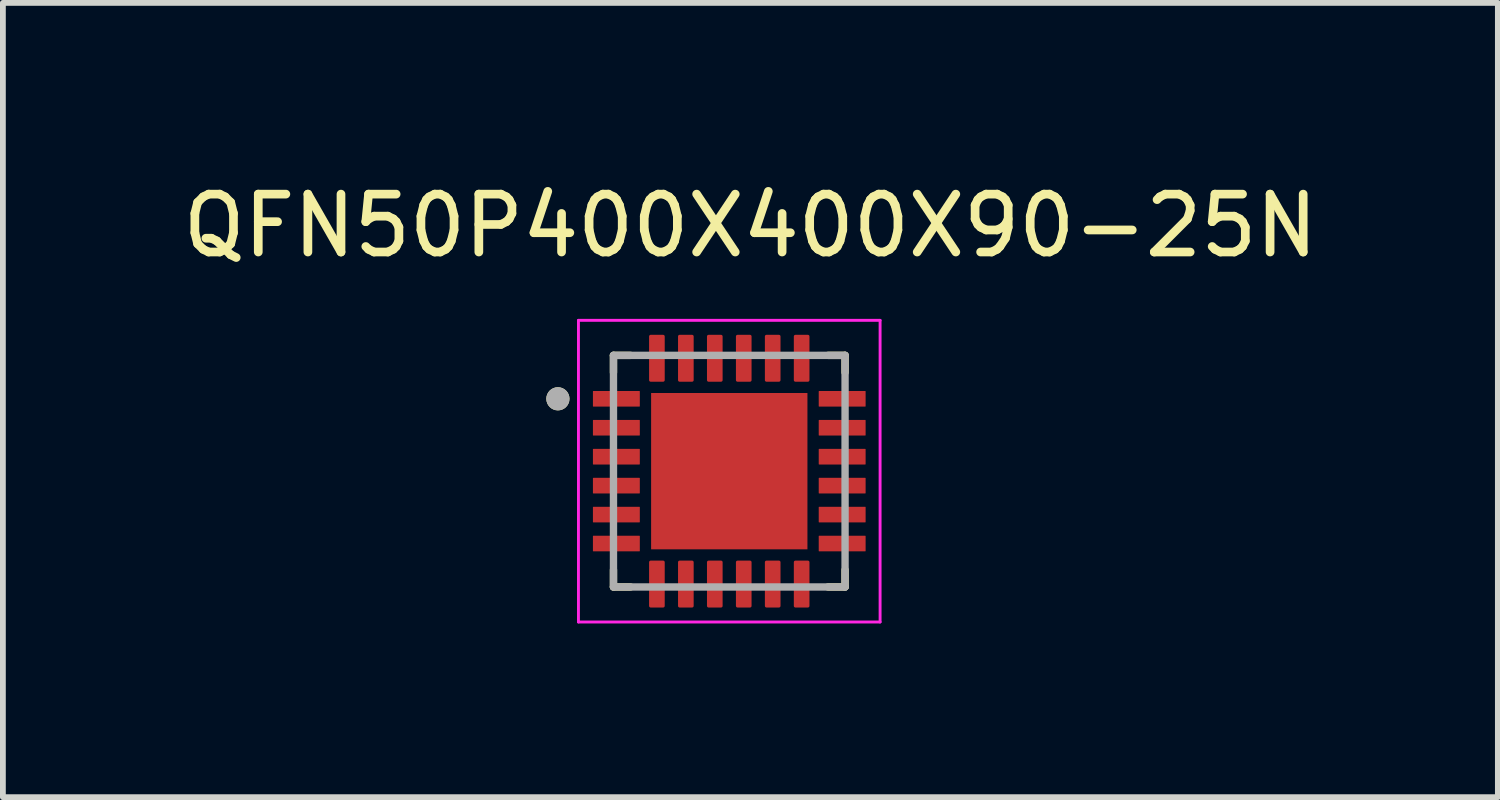
<source format=kicad_pcb>
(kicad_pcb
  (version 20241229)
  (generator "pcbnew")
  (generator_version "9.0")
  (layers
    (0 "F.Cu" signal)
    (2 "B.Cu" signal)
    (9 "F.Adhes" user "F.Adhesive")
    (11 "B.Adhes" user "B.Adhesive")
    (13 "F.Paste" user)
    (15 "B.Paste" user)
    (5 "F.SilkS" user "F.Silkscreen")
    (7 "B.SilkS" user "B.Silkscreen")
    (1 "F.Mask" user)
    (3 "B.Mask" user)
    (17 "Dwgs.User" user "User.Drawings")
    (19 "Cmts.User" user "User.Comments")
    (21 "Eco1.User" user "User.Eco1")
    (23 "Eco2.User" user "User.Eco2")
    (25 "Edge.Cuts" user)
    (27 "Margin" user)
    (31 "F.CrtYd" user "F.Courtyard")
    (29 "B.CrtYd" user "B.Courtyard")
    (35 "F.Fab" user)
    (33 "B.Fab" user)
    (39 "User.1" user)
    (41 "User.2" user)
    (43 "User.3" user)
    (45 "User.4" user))
  (footprint "QFN50P400X400X90-25N"
    (layer "F.Cu")
    (at 9.546 5.088)
    (property "Reference" "QFN50P400X400X90-25N" (at 0.365 -4.24 0) (layer "F.SilkS") (effects (font (size 1 1) (thickness 0.15))))
    (attr smd)
    (fp_line (start -2 -2) (end -2 -1.705) (stroke (width 0.127) (type solid)) (layer "F.SilkS"))
    (fp_line (start -2 -2) (end -1.705 -2) (stroke (width 0.127) (type solid)) (layer "F.SilkS"))
    (fp_line (start -2 2) (end -2 1.705) (stroke (width 0.127) (type solid)) (layer "F.SilkS"))
    (fp_line (start -2 2) (end -1.705 2) (stroke (width 0.127) (type solid)) (layer "F.SilkS"))
    (fp_line (start 2 -2) (end 1.705 -2) (stroke (width 0.127) (type solid)) (layer "F.SilkS"))
    (fp_line (start 2 -2) (end 2 -1.705) (stroke (width 0.127) (type solid)) (layer "F.SilkS"))
    (fp_line (start 2 2) (end 1.705 2) (stroke (width 0.127) (type solid)) (layer "F.SilkS"))
    (fp_line (start 2 2) (end 2 1.705) (stroke (width 0.127) (type solid)) (layer "F.SilkS"))
    (fp_circle (center -2.96 -1.25) (end -2.86 -1.25) (stroke (width 0.2) (type solid)) (fill no) (layer "F.SilkS"))
    (fp_poly (pts (xy -0.85 -0.85) (xy 0.85 -0.85) (xy 0.85 0.85) (xy -0.85 0.85)) (stroke (width 0.01) (type solid)) (fill yes) (layer "F.Paste"))
    (fp_line (start -2.605 -2.605) (end 2.605 -2.605) (stroke (width 0.05) (type solid)) (layer "F.CrtYd"))
    (fp_line (start -2.605 2.605) (end -2.605 -2.605) (stroke (width 0.05) (type solid)) (layer "F.CrtYd"))
    (fp_line (start -2.605 2.605) (end 2.605 2.605) (stroke (width 0.05) (type solid)) (layer "F.CrtYd"))
    (fp_line (start 2.605 2.605) (end 2.605 -2.605) (stroke (width 0.05) (type solid)) (layer "F.CrtYd"))
    (fp_line (start -2 2) (end -2 -2) (stroke (width 0.127) (type solid)) (layer "F.Fab"))
    (fp_line (start 2 -2) (end -2 -2) (stroke (width 0.127) (type solid)) (layer "F.Fab"))
    (fp_line (start 2 2) (end -2 2) (stroke (width 0.127) (type solid)) (layer "F.Fab"))
    (fp_line (start 2 2) (end 2 -2) (stroke (width 0.127) (type solid)) (layer "F.Fab"))
    (fp_circle (center -2.96 -1.25) (end -2.86 -1.25) (stroke (width 0.2) (type solid)) (fill no) (layer "F.Fab"))
    (pad "1" smd roundrect (at -1.95 -1.25) (size 0.81 0.27) (layers "F.Cu" "F.Mask" "F.Paste") (roundrect_rratio 0.03))
    (pad "2" smd roundrect (at -1.95 -0.75) (size 0.81 0.27) (layers "F.Cu" "F.Mask" "F.Paste") (roundrect_rratio 0.03))
    (pad "3" smd roundrect (at -1.95 -0.25) (size 0.81 0.27) (layers "F.Cu" "F.Mask" "F.Paste") (roundrect_rratio 0.03))
    (pad "4" smd roundrect (at -1.95 0.25) (size 0.81 0.27) (layers "F.Cu" "F.Mask" "F.Paste") (roundrect_rratio 0.03))
    (pad "5" smd roundrect (at -1.95 0.75) (size 0.81 0.27) (layers "F.Cu" "F.Mask" "F.Paste") (roundrect_rratio 0.03))
    (pad "6" smd roundrect (at -1.95 1.25) (size 0.81 0.27) (layers "F.Cu" "F.Mask" "F.Paste") (roundrect_rratio 0.03))
    (pad "7" smd roundrect (at -1.25 1.95) (size 0.27 0.81) (layers "F.Cu" "F.Mask" "F.Paste") (roundrect_rratio 0.1))
    (pad "8" smd roundrect (at -0.75 1.95) (size 0.27 0.81) (layers "F.Cu" "F.Mask" "F.Paste") (roundrect_rratio 0.1))
    (pad "9" smd roundrect (at -0.25 1.95) (size 0.27 0.81) (layers "F.Cu" "F.Mask" "F.Paste") (roundrect_rratio 0.1))
    (pad "10" smd roundrect (at 0.25 1.95) (size 0.27 0.81) (layers "F.Cu" "F.Mask" "F.Paste") (roundrect_rratio 0.1))
    (pad "11" smd roundrect (at 0.75 1.95) (size 0.27 0.81) (layers "F.Cu" "F.Mask" "F.Paste") (roundrect_rratio 0.1))
    (pad "12" smd roundrect (at 1.25 1.95) (size 0.27 0.81) (layers "F.Cu" "F.Mask" "F.Paste") (roundrect_rratio 0.1))
    (pad "13" smd roundrect (at 1.95 1.25) (size 0.81 0.27) (layers "F.Cu" "F.Mask" "F.Paste") (roundrect_rratio 0.03))
    (pad "14" smd roundrect (at 1.95 0.75) (size 0.81 0.27) (layers "F.Cu" "F.Mask" "F.Paste") (roundrect_rratio 0.03))
    (pad "15" smd roundrect (at 1.95 0.25) (size 0.81 0.27) (layers "F.Cu" "F.Mask" "F.Paste") (roundrect_rratio 0.03))
    (pad "16" smd roundrect (at 1.95 -0.25) (size 0.81 0.27) (layers "F.Cu" "F.Mask" "F.Paste") (roundrect_rratio 0.03))
    (pad "17" smd roundrect (at 1.95 -0.75) (size 0.81 0.27) (layers "F.Cu" "F.Mask" "F.Paste") (roundrect_rratio 0.03))
    (pad "18" smd roundrect (at 1.95 -1.25) (size 0.81 0.27) (layers "F.Cu" "F.Mask" "F.Paste") (roundrect_rratio 0.03))
    (pad "19" smd roundrect (at 1.25 -1.95) (size 0.27 0.81) (layers "F.Cu" "F.Mask" "F.Paste") (roundrect_rratio 0.1))
    (pad "20" smd roundrect (at 0.75 -1.95) (size 0.27 0.81) (layers "F.Cu" "F.Mask" "F.Paste") (roundrect_rratio 0.1))
    (pad "21" smd roundrect (at 0.25 -1.95) (size 0.27 0.81) (layers "F.Cu" "F.Mask" "F.Paste") (roundrect_rratio 0.1))
    (pad "22" smd roundrect (at -0.25 -1.95) (size 0.27 0.81) (layers "F.Cu" "F.Mask" "F.Paste") (roundrect_rratio 0.1))
    (pad "23" smd roundrect (at -0.75 -1.95) (size 0.27 0.81) (layers "F.Cu" "F.Mask" "F.Paste") (roundrect_rratio 0.1))
    (pad "24" smd roundrect (at -1.25 -1.95) (size 0.27 0.81) (layers "F.Cu" "F.Mask" "F.Paste") (roundrect_rratio 0.1))
    (pad "25" smd rect (at 0 0) (size 2.7 2.7) (layers "F.Cu" "F.Mask")))
  (gr_rect
    (start -3 -3)
    (end 22.821 10.718)
    (stroke (width 0.1) (type default))
    (fill no)
    (layer "Edge.Cuts")))
</source>
